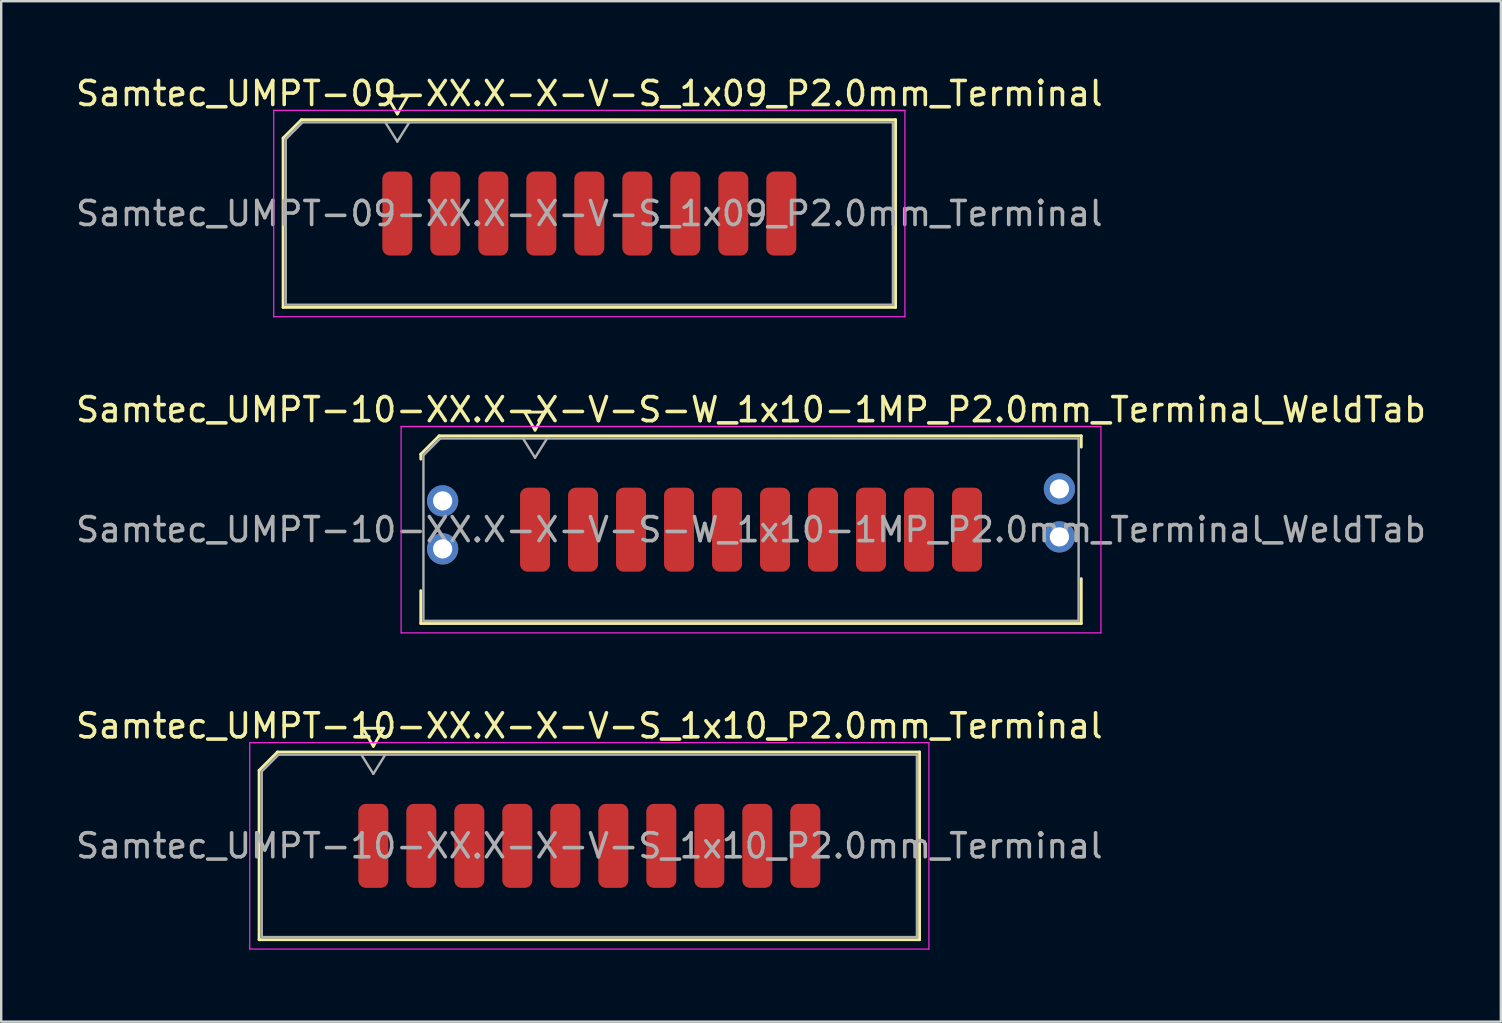
<source format=kicad_pcb>
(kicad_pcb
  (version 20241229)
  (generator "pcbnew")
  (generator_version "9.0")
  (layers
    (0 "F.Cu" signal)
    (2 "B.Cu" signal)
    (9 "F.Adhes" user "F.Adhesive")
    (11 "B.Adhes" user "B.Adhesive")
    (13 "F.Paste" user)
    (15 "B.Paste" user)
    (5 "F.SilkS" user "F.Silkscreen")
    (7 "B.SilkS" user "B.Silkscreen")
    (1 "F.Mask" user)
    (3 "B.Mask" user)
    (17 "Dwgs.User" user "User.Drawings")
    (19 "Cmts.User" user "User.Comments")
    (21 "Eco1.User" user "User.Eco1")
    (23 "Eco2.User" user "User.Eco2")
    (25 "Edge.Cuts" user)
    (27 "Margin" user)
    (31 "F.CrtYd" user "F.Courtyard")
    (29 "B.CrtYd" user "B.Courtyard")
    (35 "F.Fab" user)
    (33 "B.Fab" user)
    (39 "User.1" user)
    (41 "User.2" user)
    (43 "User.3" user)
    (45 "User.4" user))
  (footprint "Samtec_UMPT-09-XX.X-X-V-S_1x09_P2.0mm_Terminal"
    (layer "F.Cu")
    (at 21.506 5.848)
    (property "Reference" "Samtec_UMPT-09-XX.X-X-V-S_1x09_P2.0mm_Terminal" (at 0 -5 0) (layer "F.SilkS") (effects (font (size 1 1) (thickness 0.15))))
    (attr smd)
    (fp_line (start -12.76 -3.146) (end -11.996 -3.91) (stroke (width 0.12) (type solid)) (layer "F.SilkS"))
    (fp_line (start -12.76 3.91) (end -12.76 -3.146) (stroke (width 0.12) (type solid)) (layer "F.SilkS"))
    (fp_line (start -11.996 -3.91) (end 12.76 -3.91) (stroke (width 0.12) (type solid)) (layer "F.SilkS"))
    (fp_line (start -8.433 -4.9) (end -8 -4.15) (stroke (width 0.12) (type solid)) (layer "F.SilkS"))
    (fp_line (start -8 -4.15) (end -7.567 -4.9) (stroke (width 0.12) (type solid)) (layer "F.SilkS"))
    (fp_line (start -7.567 -4.9) (end -8.433 -4.9) (stroke (width 0.12) (type solid)) (layer "F.SilkS"))
    (fp_line (start 12.76 -3.91) (end 12.76 3.91) (stroke (width 0.12) (type solid)) (layer "F.SilkS"))
    (fp_line (start 12.76 3.91) (end -12.76 3.91) (stroke (width 0.12) (type solid)) (layer "F.SilkS"))
    (fp_line (start -13.15 -4.3) (end -13.15 4.3) (stroke (width 0.05) (type solid)) (layer "F.CrtYd"))
    (fp_line (start -13.15 4.3) (end 13.15 4.3) (stroke (width 0.05) (type solid)) (layer "F.CrtYd"))
    (fp_line (start 13.15 -4.3) (end -13.15 -4.3) (stroke (width 0.05) (type solid)) (layer "F.CrtYd"))
    (fp_line (start 13.15 4.3) (end 13.15 -4.3) (stroke (width 0.05) (type solid)) (layer "F.CrtYd"))
    (fp_line (start -12.65 -3.1) (end -11.95 -3.8) (stroke (width 0.1) (type solid)) (layer "F.Fab"))
    (fp_line (start -12.65 3.8) (end -12.65 -3.1) (stroke (width 0.1) (type solid)) (layer "F.Fab"))
    (fp_line (start -11.95 -3.8) (end 12.65 -3.8) (stroke (width 0.1) (type solid)) (layer "F.Fab"))
    (fp_line (start -8.5 -3.8) (end -8 -3) (stroke (width 0.1) (type solid)) (layer "F.Fab"))
    (fp_line (start -8 -3) (end -7.5 -3.8) (stroke (width 0.1) (type solid)) (layer "F.Fab"))
    (fp_line (start 12.65 -3.8) (end 12.65 3.8) (stroke (width 0.1) (type solid)) (layer "F.Fab"))
    (fp_line (start 12.65 3.8) (end -12.65 3.8) (stroke (width 0.1) (type solid)) (layer "F.Fab"))
    (fp_text user "${REFERENCE}" (at 0 0 0) (layer "F.Fab") (effects (font (size 1 1) (thickness 0.15))))
    (pad "1" smd roundrect (at -8 0) (size 1.25 3.5) (layers "F.Cu" "F.Mask" "F.Paste") (roundrect_rratio 0.25))
    (pad "2" smd roundrect (at -6 0) (size 1.25 3.5) (layers "F.Cu" "F.Mask" "F.Paste") (roundrect_rratio 0.25))
    (pad "3" smd roundrect (at -4 0) (size 1.25 3.5) (layers "F.Cu" "F.Mask" "F.Paste") (roundrect_rratio 0.25))
    (pad "4" smd roundrect (at -2 0) (size 1.25 3.5) (layers "F.Cu" "F.Mask" "F.Paste") (roundrect_rratio 0.25))
    (pad "5" smd roundrect (at 0 0) (size 1.25 3.5) (layers "F.Cu" "F.Mask" "F.Paste") (roundrect_rratio 0.25))
    (pad "6" smd roundrect (at 2 0) (size 1.25 3.5) (layers "F.Cu" "F.Mask" "F.Paste") (roundrect_rratio 0.25))
    (pad "7" smd roundrect (at 4 0) (size 1.25 3.5) (layers "F.Cu" "F.Mask" "F.Paste") (roundrect_rratio 0.25))
    (pad "8" smd roundrect (at 6 0) (size 1.25 3.5) (layers "F.Cu" "F.Mask" "F.Paste") (roundrect_rratio 0.25))
    (pad "9" smd roundrect (at 8 0) (size 1.25 3.5) (layers "F.Cu" "F.Mask" "F.Paste") (roundrect_rratio 0.25)))
  (footprint "Samtec_UMPT-10-XX.X-X-V-S-W_1x10-1MP_P2.0mm_Terminal_WeldTab"
    (layer "F.Cu")
    (at 28.244 19.021)
    (property "Reference" "Samtec_UMPT-10-XX.X-X-V-S-W_1x10-1MP_P2.0mm_Terminal_WeldTab" (at 0 -5 0) (layer "F.SilkS") (effects (font (size 1 1) (thickness 0.15))))
    (attr smd)
    (fp_line (start -13.76 -3.146) (end -12.996 -3.91) (stroke (width 0.12) (type solid)) (layer "F.SilkS"))
    (fp_line (start -13.76 -2.94) (end -13.76 -3.146) (stroke (width 0.12) (type solid)) (layer "F.SilkS"))
    (fp_line (start -13.76 3.91) (end -13.76 2.54) (stroke (width 0.12) (type solid)) (layer "F.SilkS"))
    (fp_line (start -12.996 -3.91) (end 13.76 -3.91) (stroke (width 0.12) (type solid)) (layer "F.SilkS"))
    (fp_line (start -9.433 -4.9) (end -9 -4.15) (stroke (width 0.12) (type solid)) (layer "F.SilkS"))
    (fp_line (start -9 -4.15) (end -8.567 -4.9) (stroke (width 0.12) (type solid)) (layer "F.SilkS"))
    (fp_line (start -8.567 -4.9) (end -9.433 -4.9) (stroke (width 0.12) (type solid)) (layer "F.SilkS"))
    (fp_line (start 13.76 -3.91) (end 13.76 -3.44) (stroke (width 0.12) (type solid)) (layer "F.SilkS"))
    (fp_line (start 13.76 2.04) (end 13.76 3.91) (stroke (width 0.12) (type solid)) (layer "F.SilkS"))
    (fp_line (start 13.76 3.91) (end -13.76 3.91) (stroke (width 0.12) (type solid)) (layer "F.SilkS"))
    (fp_line (start -14.58 -4.3) (end -14.58 4.3) (stroke (width 0.05) (type solid)) (layer "F.CrtYd"))
    (fp_line (start -14.58 4.3) (end 14.58 4.3) (stroke (width 0.05) (type solid)) (layer "F.CrtYd"))
    (fp_line (start 14.58 -4.3) (end -14.58 -4.3) (stroke (width 0.05) (type solid)) (layer "F.CrtYd"))
    (fp_line (start 14.58 4.3) (end 14.58 -4.3) (stroke (width 0.05) (type solid)) (layer "F.CrtYd"))
    (fp_line (start -13.65 -3.1) (end -12.95 -3.8) (stroke (width 0.1) (type solid)) (layer "F.Fab"))
    (fp_line (start -13.65 3.8) (end -13.65 -3.1) (stroke (width 0.1) (type solid)) (layer "F.Fab"))
    (fp_line (start -12.95 -3.8) (end 13.65 -3.8) (stroke (width 0.1) (type solid)) (layer "F.Fab"))
    (fp_line (start -9.5 -3.8) (end -9 -3) (stroke (width 0.1) (type solid)) (layer "F.Fab"))
    (fp_line (start -9 -3) (end -8.5 -3.8) (stroke (width 0.1) (type solid)) (layer "F.Fab"))
    (fp_line (start 13.65 -3.8) (end 13.65 3.8) (stroke (width 0.1) (type solid)) (layer "F.Fab"))
    (fp_line (start 13.65 3.8) (end -13.65 3.8) (stroke (width 0.1) (type solid)) (layer "F.Fab"))
    (fp_text user "${REFERENCE}" (at 0 0 0) (layer "F.Fab") (effects (font (size 1 1) (thickness 0.15))))
    (pad "" smd rect (at -12.85 -1.54) (size 2.45 2.28) (layers "F.Paste"))
    (pad "" smd rect (at -12.85 1.14) (size 2.45 2.28) (layers "F.Paste"))
    (pad "" smd rect (at 12.85 -2.04) (size 2.45 2.28) (layers "F.Paste"))
    (pad "" smd rect (at 12.85 0.64) (size 2.45 2.28) (layers "F.Paste"))
    (pad "1" smd roundrect (at -9 0) (size 1.25 3.5) (layers "F.Cu" "F.Mask" "F.Paste") (roundrect_rratio 0.25))
    (pad "2" smd roundrect (at -7 0) (size 1.25 3.5) (layers "F.Cu" "F.Mask" "F.Paste") (roundrect_rratio 0.25))
    (pad "3" smd roundrect (at -5 0) (size 1.25 3.5) (layers "F.Cu" "F.Mask" "F.Paste") (roundrect_rratio 0.25))
    (pad "4" smd roundrect (at -3 0) (size 1.25 3.5) (layers "F.Cu" "F.Mask" "F.Paste") (roundrect_rratio 0.25))
    (pad "5" smd roundrect (at -1 0) (size 1.25 3.5) (layers "F.Cu" "F.Mask" "F.Paste") (roundrect_rratio 0.25))
    (pad "6" smd roundrect (at 1 0) (size 1.25 3.5) (layers "F.Cu" "F.Mask" "F.Paste") (roundrect_rratio 0.25))
    (pad "7" smd roundrect (at 3 0) (size 1.25 3.5) (layers "F.Cu" "F.Mask" "F.Paste") (roundrect_rratio 0.25))
    (pad "8" smd roundrect (at 5 0) (size 1.25 3.5) (layers "F.Cu" "F.Mask" "F.Paste") (roundrect_rratio 0.25))
    (pad "9" smd roundrect (at 7 0) (size 1.25 3.5) (layers "F.Cu" "F.Mask" "F.Paste") (roundrect_rratio 0.25))
    (pad "10" smd roundrect (at 9 0) (size 1.25 3.5) (layers "F.Cu" "F.Mask" "F.Paste") (roundrect_rratio 0.25))
    (pad "MP" thru_hole circle (at -12.85 -1.2) (size 1.3 1.3) (drill 0.8) (layers "*.Cu" "*.Mask"))
    (pad "MP" thru_hole circle (at -12.85 0.8) (size 1.3 1.3) (drill 0.8) (layers "*.Cu" "*.Mask"))
    (pad "MP" thru_hole circle (at 12.85 -1.7) (size 1.3 1.3) (drill 0.8) (layers "*.Cu" "*.Mask"))
    (pad "MP" thru_hole circle (at 12.85 0.3) (size 1.3 1.3) (drill 0.8) (layers "*.Cu" "*.Mask")))
  (footprint "Samtec_UMPT-10-XX.X-X-V-S_1x10_P2.0mm_Terminal"
    (layer "F.Cu")
    (at 21.506 32.195)
    (property "Reference" "Samtec_UMPT-10-XX.X-X-V-S_1x10_P2.0mm_Terminal" (at 0 -5 0) (layer "F.SilkS") (effects (font (size 1 1) (thickness 0.15))))
    (attr smd)
    (fp_line (start -13.76 -3.146) (end -12.996 -3.91) (stroke (width 0.12) (type solid)) (layer "F.SilkS"))
    (fp_line (start -13.76 3.91) (end -13.76 -3.146) (stroke (width 0.12) (type solid)) (layer "F.SilkS"))
    (fp_line (start -12.996 -3.91) (end 13.76 -3.91) (stroke (width 0.12) (type solid)) (layer "F.SilkS"))
    (fp_line (start -9.433 -4.9) (end -9 -4.15) (stroke (width 0.12) (type solid)) (layer "F.SilkS"))
    (fp_line (start -9 -4.15) (end -8.567 -4.9) (stroke (width 0.12) (type solid)) (layer "F.SilkS"))
    (fp_line (start -8.567 -4.9) (end -9.433 -4.9) (stroke (width 0.12) (type solid)) (layer "F.SilkS"))
    (fp_line (start 13.76 -3.91) (end 13.76 3.91) (stroke (width 0.12) (type solid)) (layer "F.SilkS"))
    (fp_line (start 13.76 3.91) (end -13.76 3.91) (stroke (width 0.12) (type solid)) (layer "F.SilkS"))
    (fp_line (start -14.15 -4.3) (end -14.15 4.3) (stroke (width 0.05) (type solid)) (layer "F.CrtYd"))
    (fp_line (start -14.15 4.3) (end 14.15 4.3) (stroke (width 0.05) (type solid)) (layer "F.CrtYd"))
    (fp_line (start 14.15 -4.3) (end -14.15 -4.3) (stroke (width 0.05) (type solid)) (layer "F.CrtYd"))
    (fp_line (start 14.15 4.3) (end 14.15 -4.3) (stroke (width 0.05) (type solid)) (layer "F.CrtYd"))
    (fp_line (start -13.65 -3.1) (end -12.95 -3.8) (stroke (width 0.1) (type solid)) (layer "F.Fab"))
    (fp_line (start -13.65 3.8) (end -13.65 -3.1) (stroke (width 0.1) (type solid)) (layer "F.Fab"))
    (fp_line (start -12.95 -3.8) (end 13.65 -3.8) (stroke (width 0.1) (type solid)) (layer "F.Fab"))
    (fp_line (start -9.5 -3.8) (end -9 -3) (stroke (width 0.1) (type solid)) (layer "F.Fab"))
    (fp_line (start -9 -3) (end -8.5 -3.8) (stroke (width 0.1) (type solid)) (layer "F.Fab"))
    (fp_line (start 13.65 -3.8) (end 13.65 3.8) (stroke (width 0.1) (type solid)) (layer "F.Fab"))
    (fp_line (start 13.65 3.8) (end -13.65 3.8) (stroke (width 0.1) (type solid)) (layer "F.Fab"))
    (fp_text user "${REFERENCE}" (at 0 0 0) (layer "F.Fab") (effects (font (size 1 1) (thickness 0.15))))
    (pad "1" smd roundrect (at -9 0) (size 1.25 3.5) (layers "F.Cu" "F.Mask" "F.Paste") (roundrect_rratio 0.25))
    (pad "2" smd roundrect (at -7 0) (size 1.25 3.5) (layers "F.Cu" "F.Mask" "F.Paste") (roundrect_rratio 0.25))
    (pad "3" smd roundrect (at -5 0) (size 1.25 3.5) (layers "F.Cu" "F.Mask" "F.Paste") (roundrect_rratio 0.25))
    (pad "4" smd roundrect (at -3 0) (size 1.25 3.5) (layers "F.Cu" "F.Mask" "F.Paste") (roundrect_rratio 0.25))
    (pad "5" smd roundrect (at -1 0) (size 1.25 3.5) (layers "F.Cu" "F.Mask" "F.Paste") (roundrect_rratio 0.25))
    (pad "6" smd roundrect (at 1 0) (size 1.25 3.5) (layers "F.Cu" "F.Mask" "F.Paste") (roundrect_rratio 0.25))
    (pad "7" smd roundrect (at 3 0) (size 1.25 3.5) (layers "F.Cu" "F.Mask" "F.Paste") (roundrect_rratio 0.25))
    (pad "8" smd roundrect (at 5 0) (size 1.25 3.5) (layers "F.Cu" "F.Mask" "F.Paste") (roundrect_rratio 0.25))
    (pad "9" smd roundrect (at 7 0) (size 1.25 3.5) (layers "F.Cu" "F.Mask" "F.Paste") (roundrect_rratio 0.25))
    (pad "10" smd roundrect (at 9 0) (size 1.25 3.5) (layers "F.Cu" "F.Mask" "F.Paste") (roundrect_rratio 0.25)))
  (gr_rect
    (start -3 -3)
    (end 59.488 39.52)
    (stroke (width 0.1) (type default))
    (fill no)
    (layer "Edge.Cuts")))
</source>
